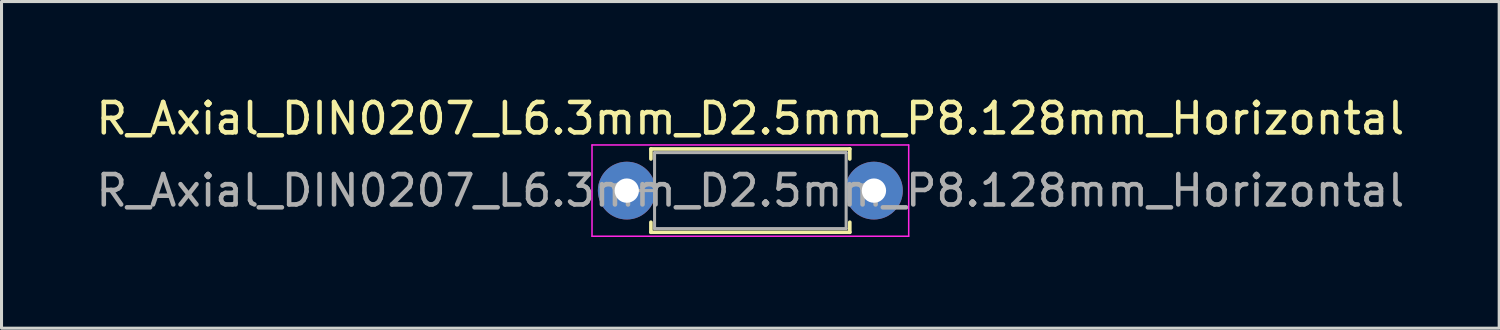
<source format=kicad_pcb>
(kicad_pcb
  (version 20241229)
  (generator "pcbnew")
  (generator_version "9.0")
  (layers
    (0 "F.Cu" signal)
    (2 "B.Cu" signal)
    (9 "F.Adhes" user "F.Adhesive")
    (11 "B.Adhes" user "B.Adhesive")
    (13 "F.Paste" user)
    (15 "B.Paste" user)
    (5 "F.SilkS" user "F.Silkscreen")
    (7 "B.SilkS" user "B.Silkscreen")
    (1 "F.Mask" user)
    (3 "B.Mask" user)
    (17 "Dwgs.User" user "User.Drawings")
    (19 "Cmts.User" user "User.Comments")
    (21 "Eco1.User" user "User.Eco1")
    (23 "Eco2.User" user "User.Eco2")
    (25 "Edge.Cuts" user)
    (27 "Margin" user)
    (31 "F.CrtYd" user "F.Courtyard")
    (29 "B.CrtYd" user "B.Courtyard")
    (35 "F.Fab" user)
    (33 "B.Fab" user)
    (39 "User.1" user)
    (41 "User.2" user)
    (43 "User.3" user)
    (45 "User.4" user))
  (footprint "R_Axial_DIN0207_L6.3mm_D2.5mm_P8.128mm_Horizontal"
    (layer "F.Cu")
    (at 17.815 3.218)
    (property "Reference" "R_Axial_DIN0207_L6.3mm_D2.5mm_P8.128mm_Horizontal" (at 3.81 -2.37 0) (layer "F.SilkS") (effects (font (size 1 1) (thickness 0.15))))
    (attr through_hole)
    (fp_line (start 0.54 -1.37) (end 7.08 -1.37) (stroke (width 0.12) (type solid)) (layer "F.SilkS"))
    (fp_line (start 0.54 -1.04) (end 0.54 -1.37) (stroke (width 0.12) (type solid)) (layer "F.SilkS"))
    (fp_line (start 0.54 1.04) (end 0.54 1.37) (stroke (width 0.12) (type solid)) (layer "F.SilkS"))
    (fp_line (start 0.54 1.37) (end 7.08 1.37) (stroke (width 0.12) (type solid)) (layer "F.SilkS"))
    (fp_line (start 7.08 -1.37) (end 7.08 -1.04) (stroke (width 0.12) (type solid)) (layer "F.SilkS"))
    (fp_line (start 7.08 1.37) (end 7.08 1.04) (stroke (width 0.12) (type solid)) (layer "F.SilkS"))
    (fp_line (start -1.397 -1.5) (end -1.397 1.5) (stroke (width 0.05) (type solid)) (layer "F.CrtYd"))
    (fp_line (start -1.397 1.5) (end 9.017 1.5) (stroke (width 0.05) (type solid)) (layer "F.CrtYd"))
    (fp_line (start 9.017 -1.5) (end -1.397 -1.5) (stroke (width 0.05) (type solid)) (layer "F.CrtYd"))
    (fp_line (start 9.017 1.5) (end 9.017 -1.5) (stroke (width 0.05) (type solid)) (layer "F.CrtYd"))
    (fp_line (start 0 0) (end 0.66 0) (stroke (width 0.1) (type solid)) (layer "F.Fab"))
    (fp_line (start 0.66 -1.25) (end 0.66 1.25) (stroke (width 0.1) (type solid)) (layer "F.Fab"))
    (fp_line (start 0.66 1.25) (end 6.96 1.25) (stroke (width 0.1) (type solid)) (layer "F.Fab"))
    (fp_line (start 6.96 -1.25) (end 0.66 -1.25) (stroke (width 0.1) (type solid)) (layer "F.Fab"))
    (fp_line (start 6.96 1.25) (end 6.96 -1.25) (stroke (width 0.1) (type solid)) (layer "F.Fab"))
    (fp_text user "${REFERENCE}" (at 3.81 0 0) (layer "F.Fab") (effects (font (size 1 1) (thickness 0.15))))
    (pad "1" thru_hole circle (at -0.254 0) (size 1.9 1.9) (drill 0.8) (layers "*.Cu" "*.Mask"))
    (pad "2" thru_hole oval (at 7.874 0) (size 1.9 1.9) (drill 0.8) (layers "*.Cu" "*.Mask")))
  (gr_rect
    (start -3 -3)
    (end 46.25 7.743)
    (stroke (width 0.1) (type default))
    (fill no)
    (layer "Edge.Cuts")))
</source>
